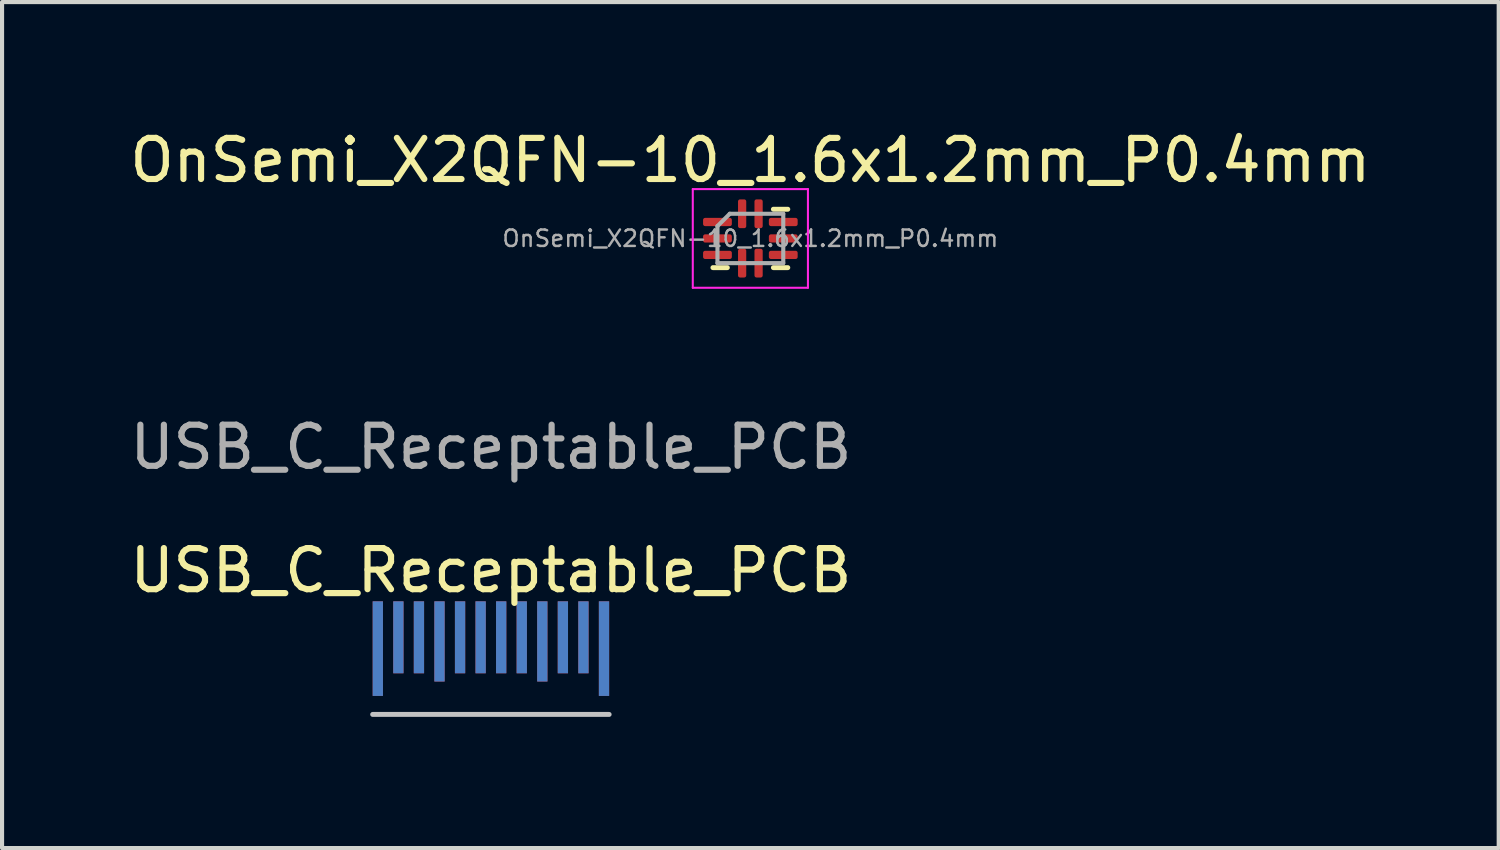
<source format=kicad_pcb>
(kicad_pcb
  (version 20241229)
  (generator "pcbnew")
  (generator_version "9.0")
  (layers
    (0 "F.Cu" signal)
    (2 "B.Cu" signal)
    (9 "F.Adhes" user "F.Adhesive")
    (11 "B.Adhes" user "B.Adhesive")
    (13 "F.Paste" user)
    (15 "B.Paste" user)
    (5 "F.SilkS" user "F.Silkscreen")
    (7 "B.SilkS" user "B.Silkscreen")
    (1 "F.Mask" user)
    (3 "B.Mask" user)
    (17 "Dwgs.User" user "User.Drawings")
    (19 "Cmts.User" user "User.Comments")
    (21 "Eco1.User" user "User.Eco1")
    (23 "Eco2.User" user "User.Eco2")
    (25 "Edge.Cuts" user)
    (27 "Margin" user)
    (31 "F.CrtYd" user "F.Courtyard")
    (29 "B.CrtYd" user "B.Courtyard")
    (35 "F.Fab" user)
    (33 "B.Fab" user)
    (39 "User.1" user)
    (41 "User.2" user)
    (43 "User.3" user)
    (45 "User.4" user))
  (footprint "OnSemi_X2QFN-10_1.6x1.2mm_P0.4mm"
    (layer "F.Cu")
    (at 15.196 2.748)
    (property "Reference" "OnSemi_X2QFN-10_1.6x1.2mm_P0.4mm" (at 0 -1.9 0) (layer "F.SilkS") (effects (font (size 1 1) (thickness 0.15))))
    (attr smd)
    (fp_line (start -0.56 0.71) (end -0.91 0.71) (stroke (width 0.12) (type solid)) (layer "F.SilkS"))
    (fp_line (start 0.56 -0.71) (end 0.91 -0.71) (stroke (width 0.12) (type solid)) (layer "F.SilkS"))
    (fp_line (start 0.56 0.71) (end 0.91 0.71) (stroke (width 0.12) (type solid)) (layer "F.SilkS"))
    (fp_line (start -1.4 -1.2) (end -1.4 1.2) (stroke (width 0.05) (type solid)) (layer "F.CrtYd"))
    (fp_line (start -1.4 1.2) (end 1.4 1.2) (stroke (width 0.05) (type solid)) (layer "F.CrtYd"))
    (fp_line (start 1.4 -1.2) (end -1.4 -1.2) (stroke (width 0.05) (type solid)) (layer "F.CrtYd"))
    (fp_line (start 1.4 1.2) (end 1.4 -1.2) (stroke (width 0.05) (type solid)) (layer "F.CrtYd"))
    (fp_line (start -0.8 -0.3) (end -0.5 -0.6) (stroke (width 0.1) (type solid)) (layer "F.Fab"))
    (fp_line (start -0.8 0.6) (end -0.8 -0.3) (stroke (width 0.1) (type solid)) (layer "F.Fab"))
    (fp_line (start -0.5 -0.6) (end 0.8 -0.6) (stroke (width 0.1) (type solid)) (layer "F.Fab"))
    (fp_line (start 0.8 -0.6) (end 0.8 0.6) (stroke (width 0.1) (type solid)) (layer "F.Fab"))
    (fp_line (start 0.8 0.6) (end -0.8 0.6) (stroke (width 0.1) (type solid)) (layer "F.Fab"))
    (fp_text user "${REFERENCE}" (at 0 0 0) (layer "F.Fab") (effects (font (size 0.4 0.4) (thickness 0.06))))
    (pad "1" smd roundrect (at -0.8 -0.4) (size 0.7 0.2) (layers "F.Cu" "F.Mask" "F.Paste") (roundrect_rratio 0.25))
    (pad "2" smd roundrect (at -0.8 0) (size 0.7 0.2) (layers "F.Cu" "F.Mask" "F.Paste") (roundrect_rratio 0.25))
    (pad "3" smd roundrect (at -0.8 0.4) (size 0.7 0.2) (layers "F.Cu" "F.Mask" "F.Paste") (roundrect_rratio 0.25))
    (pad "4" smd roundrect (at -0.2 0.6) (size 0.2 0.7) (layers "F.Cu" "F.Mask" "F.Paste") (roundrect_rratio 0.25))
    (pad "5" smd roundrect (at 0.2 0.6) (size 0.2 0.7) (layers "F.Cu" "F.Mask" "F.Paste") (roundrect_rratio 0.25))
    (pad "6" smd roundrect (at 0.8 0.4) (size 0.7 0.2) (layers "F.Cu" "F.Mask" "F.Paste") (roundrect_rratio 0.25))
    (pad "7" smd roundrect (at 0.8 0) (size 0.7 0.2) (layers "F.Cu" "F.Mask" "F.Paste") (roundrect_rratio 0.25))
    (pad "8" smd roundrect (at 0.8 -0.4) (size 0.7 0.2) (layers "F.Cu" "F.Mask" "F.Paste") (roundrect_rratio 0.25))
    (pad "9" smd roundrect (at 0.2 -0.6) (size 0.2 0.7) (layers "F.Cu" "F.Mask" "F.Paste") (roundrect_rratio 0.25))
    (pad "10" smd roundrect (at -0.2 -0.6) (size 0.2 0.7) (layers "F.Cu" "F.Mask" "F.Paste") (roundrect_rratio 0.25)))
  (footprint "USB_C_Receptable_PCB"
    (layer "F.Cu")
    (at 8.887 14.322)
    (property "Reference" "USB_C_Receptable_PCB" (at 0 -3.5 0) (unlocked yes) (layer "F.SilkS") (effects (font (size 1 1) (thickness 0.15))))
    (fp_line (start -2.875 0) (end 2.875 0) (stroke (width 0.12) (type solid)) (layer "Dwgs.User"))
    (fp_text user "${REFERENCE}" (at 0 -6.5 0) (unlocked yes) (layer "F.Fab") (effects (font (size 1 1) (thickness 0.15))))
    (pad "A1" smd rect (at -2.75 -1.875 180) (size 0.25 2.3) (drill (offset 0 -0.275)) (layers "F.Cu" "F.Mask" "F.Paste"))
    (pad "A2" smd rect (at -2.25 -1.875 180) (size 0.25 1.75) (layers "F.Cu" "F.Mask" "F.Paste"))
    (pad "A3" smd rect (at -1.75 -1.875 180) (size 0.25 1.75) (layers "F.Cu" "F.Mask" "F.Paste"))
    (pad "A4" smd rect (at -1.25 -1.875 180) (size 0.25 1.95) (drill (offset 0 -0.1)) (layers "F.Cu" "F.Mask" "F.Paste"))
    (pad "A5" smd rect (at -0.75 -1.875 180) (size 0.25 1.75) (layers "F.Cu" "F.Mask" "F.Paste"))
    (pad "A6" smd rect (at -0.25 -1.875 180) (size 0.25 1.75) (layers "F.Cu" "F.Mask" "F.Paste"))
    (pad "A7" smd rect (at 0.25 -1.875 180) (size 0.25 1.75) (layers "F.Cu" "F.Mask" "F.Paste"))
    (pad "A8" smd rect (at 0.75 -1.875 180) (size 0.25 1.75) (layers "F.Cu" "F.Mask" "F.Paste"))
    (pad "A9" smd rect (at 1.25 -1.875 180) (size 0.25 1.95) (drill (offset 0 -0.1)) (layers "F.Cu" "F.Mask" "F.Paste"))
    (pad "A10" smd rect (at 1.75 -1.875 180) (size 0.25 1.75) (layers "F.Cu" "F.Mask" "F.Paste"))
    (pad "A11" smd rect (at 2.25 -1.875 180) (size 0.25 1.75) (layers "F.Cu" "F.Mask" "F.Paste"))
    (pad "A12" smd rect (at 2.75 -1.875 180) (size 0.25 2.3) (drill (offset 0 -0.275)) (layers "F.Cu" "F.Mask" "F.Paste"))
    (pad "B1" smd rect (at 2.75 -1.875 180) (size 0.25 2.3) (drill (offset 0 -0.275)) (layers "B.Cu" "B.Mask" "B.Paste"))
    (pad "B2" smd rect (at 2.25 -1.875 180) (size 0.25 1.75) (layers "B.Cu" "B.Mask" "B.Paste"))
    (pad "B3" smd rect (at 1.75 -1.875 180) (size 0.25 1.75) (layers "B.Cu" "B.Mask" "B.Paste"))
    (pad "B4" smd rect (at 1.25 -1.875 180) (size 0.25 1.95) (drill (offset 0 -0.1)) (layers "B.Cu" "B.Mask" "B.Paste"))
    (pad "B5" smd rect (at 0.75 -1.875 180) (size 0.25 1.75) (layers "B.Cu" "B.Mask" "B.Paste"))
    (pad "B6" smd rect (at 0.25 -1.875 180) (size 0.25 1.75) (layers "B.Cu" "B.Mask" "B.Paste"))
    (pad "B7" smd rect (at -0.25 -1.875 180) (size 0.25 1.75) (layers "B.Cu" "B.Mask" "B.Paste"))
    (pad "B8" smd rect (at -0.75 -1.875 180) (size 0.25 1.75) (layers "B.Cu" "B.Mask" "B.Paste"))
    (pad "B9" smd rect (at -1.25 -1.875 180) (size 0.25 1.95) (drill (offset 0 -0.1)) (layers "B.Cu" "B.Mask" "B.Paste"))
    (pad "B10" smd rect (at -1.75 -1.875 180) (size 0.25 1.75) (layers "B.Cu" "B.Mask" "B.Paste"))
    (pad "B11" smd rect (at -2.25 -1.875 180) (size 0.25 1.75) (layers "B.Cu" "B.Mask" "B.Paste"))
    (pad "B12" smd rect (at -2.75 -1.875 180) (size 0.25 2.3) (drill (offset 0 -0.275)) (layers "B.Cu" "B.Mask" "B.Paste")))
  (gr_rect
    (start -3 -3)
    (end 33.393 17.572)
    (stroke (width 0.1) (type default))
    (fill no)
    (layer "Edge.Cuts")))
</source>
